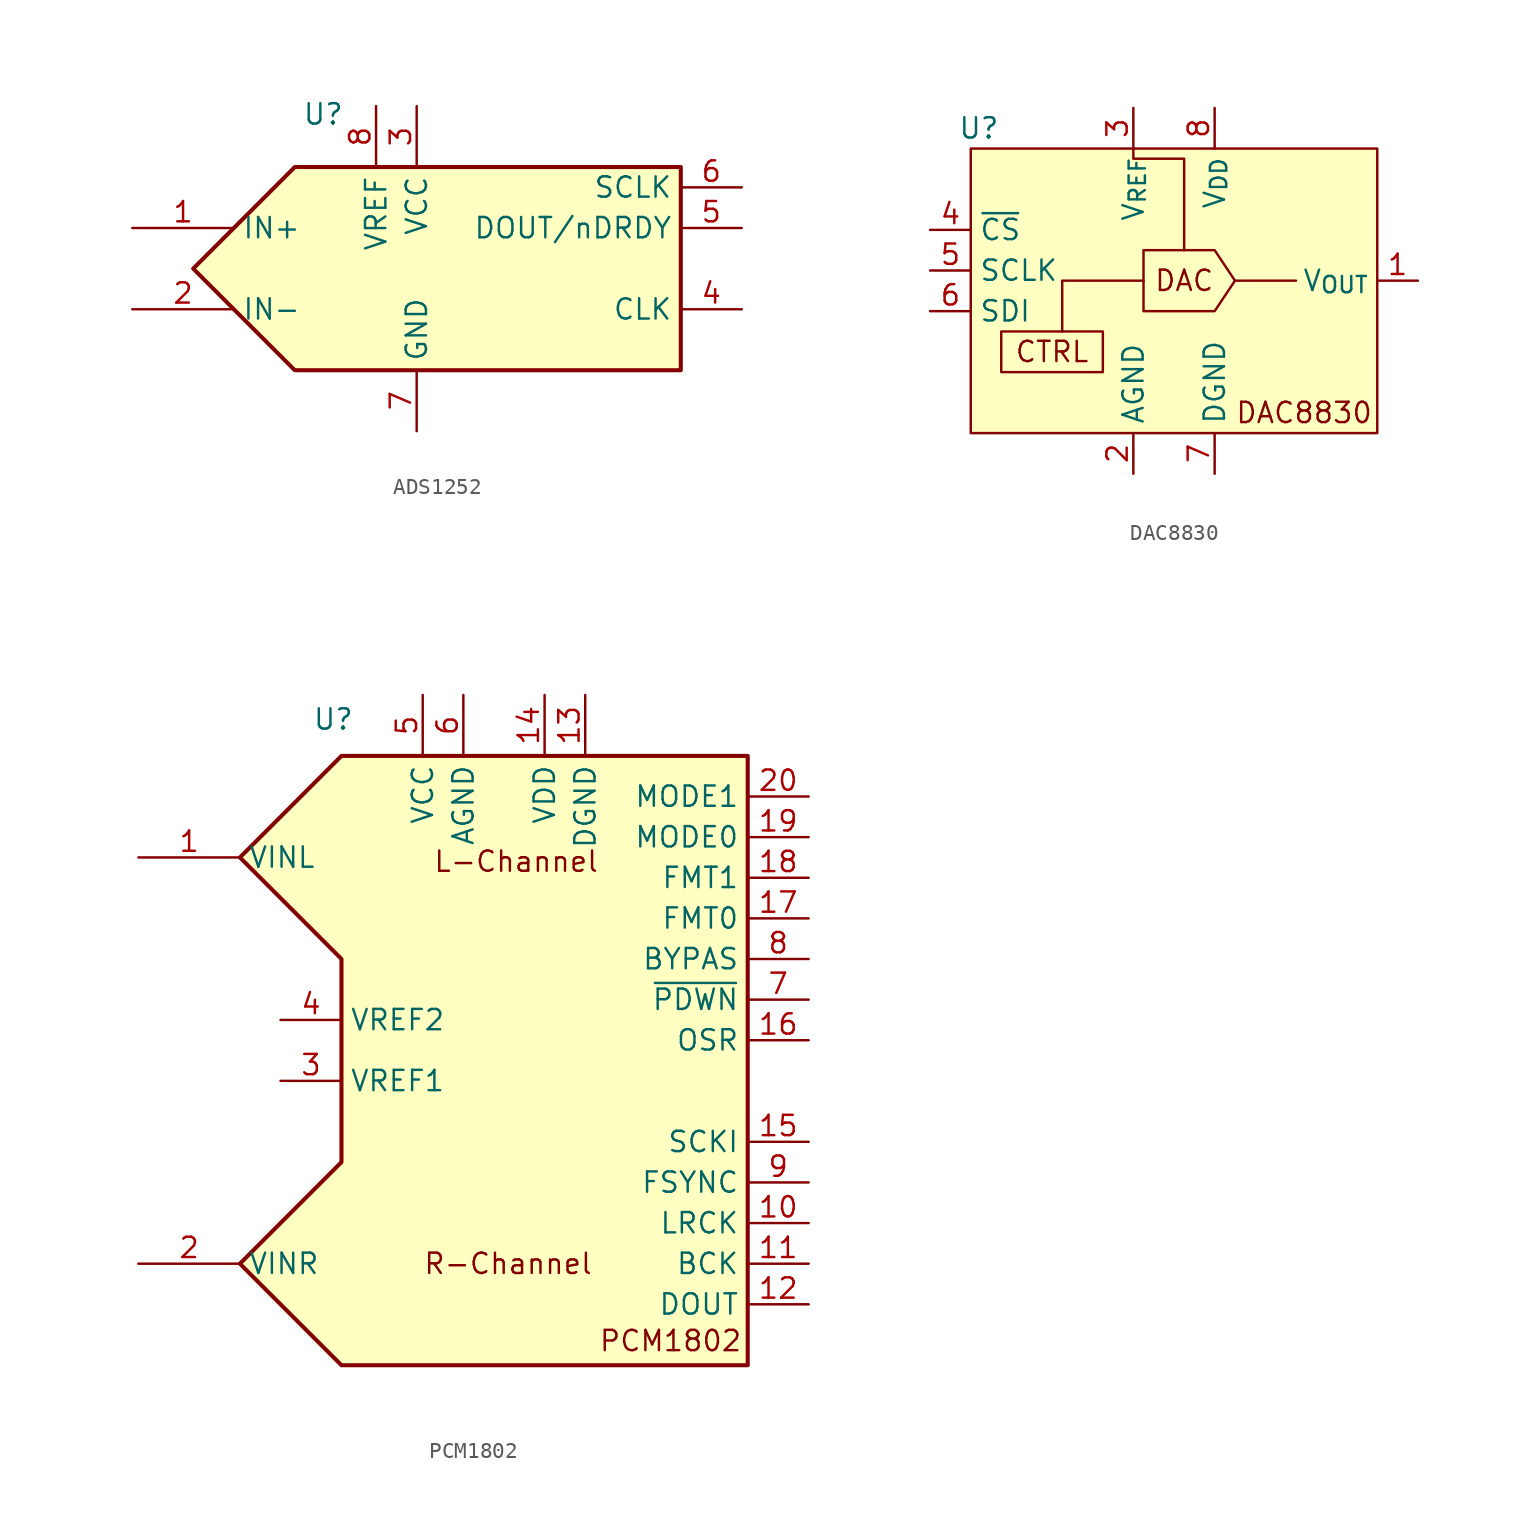
<source format=kicad_sym>
(kicad_symbol_lib
  (version 20241209)
  (generator "kicad_symbol_editor")
  (generator_version "9.0")
  (symbol "ADS1252"
    (property "Reference" "U"
      (at -5.842 9.652 0)
      (effects (font (size 1.27 1.27))))
    (property "Value" ""
      (at 0 0 0)
      (effects (font (size 1.27 1.27))))
    (symbol "ADS1252_0_1"
      (polyline (pts (xy 16.51 6.35) (xy -7.62 6.35) (xy -13.97 0) (xy -7.62 -6.35) (xy 13.97 -6.35) (xy 16.51 -6.35) (xy 16.51 6.35)) (stroke (width 0.254) (type default)) (fill (type background))))
    (symbol "ADS1252_1_1"
      (pin input line (at -17.78 2.54 0) (length 6.35) (name "IN+" (effects (font (size 1.27 1.27)))) (number "1" (effects (font (size 1.27 1.27)))))
      (pin input line (at -17.78 -2.54 0) (length 6.35) (name "IN-" (effects (font (size 1.27 1.27)))) (number "2" (effects (font (size 1.27 1.27)))))
      (pin input line (at -2.54 10.16 270) (length 3.81) (name "VREF" (effects (font (size 1.27 1.27)))) (number "8" (effects (font (size 1.27 1.27)))))
      (pin power_in line (at 0 10.16 270) (length 3.81) (name "VCC" (effects (font (size 1.27 1.27)))) (number "3" (effects (font (size 1.27 1.27)))))
      (pin power_in line (at 0 -10.16 90) (length 3.81) (name "GND" (effects (font (size 1.27 1.27)))) (number "7" (effects (font (size 1.27 1.27)))))
      (pin input line (at 20.32 5.08 180) (length 3.81) (name "SCLK" (effects (font (size 1.27 1.27)))) (number "6" (effects (font (size 1.27 1.27)))))
      (pin output line (at 20.32 2.54 180) (length 3.81) (name "DOUT/nDRDY" (effects (font (size 1.27 1.27)))) (number "5" (effects (font (size 1.27 1.27)))))
      (pin input line (at 20.32 -2.54 180) (length 3.81) (name "CLK" (effects (font (size 1.27 1.27)))) (number "4" (effects (font (size 1.27 1.27)))))))
  (symbol "DAC8830"
    (property "Reference" "U"
      (at 0.508 1.27 0)
      (effects (font (size 1.27 1.27))))
    (property "Value" ""
      (at 0 0 0)
      (effects (font (size 1.27 1.27))))
    (symbol "DAC8830_0_0"
      (text "DAC" (at 13.335 -8.255 0) (effects (font (size 1.27 1.27)))))
    (symbol "DAC8830_0_1"
      (polyline (pts (xy 16.51 -8.255) (xy 20.32 -8.255)) (stroke (width 0) (type default)) (fill (type none)))
      (polyline (pts (xy 16.51 -8.255) (xy 15.24 -6.35) (xy 10.795 -6.35) (xy 10.795 -10.16) (xy 15.24 -10.16) (xy 16.51 -8.255)) (stroke (width 0) (type default)) (fill (type none))))
    (symbol "DAC8830_1_1"
      (rectangle (start 0 0) (end 25.4 -17.78) (stroke (width 0) (type default)) (fill (type background)))
      (rectangle (start 1.905 -11.43) (end 8.255 -13.97) (stroke (width 0) (type default)) (fill (type none)))
      (polyline (pts (xy 5.715 -11.43) (xy 5.715 -8.255) (xy 10.795 -8.255)) (stroke (width 0) (type default)) (fill (type none)))
      (polyline (pts (xy 10.16 0) (xy 10.16 -0.635) (xy 13.335 -0.635) (xy 13.335 -6.35)) (stroke (width 0) (type default)) (fill (type none)))
      (text "CTRL" (at 5.08 -12.7 0) (effects (font (size 1.27 1.27))))
      (text "DAC8830" (at 20.828 -16.51 0) (effects (font (size 1.27 1.27))))
      (pin input line (at -2.54 -5.08 0) (length 2.54) (name "~{CS}" (effects (font (size 1.27 1.27)))) (number "4" (effects (font (size 1.27 1.27)))))
      (pin input line (at -2.54 -7.62 0) (length 2.54) (name "SCLK" (effects (font (size 1.27 1.27)))) (number "5" (effects (font (size 1.27 1.27)))))
      (pin input line (at -2.54 -10.16 0) (length 2.54) (name "SDI" (effects (font (size 1.27 1.27)))) (number "6" (effects (font (size 1.27 1.27)))))
      (pin input line (at 10.16 2.54 270) (length 2.54) (name "V_{REF}" (effects (font (size 1.27 1.27)))) (number "3" (effects (font (size 1.27 1.27)))))
      (pin power_in line (at 10.16 -20.32 90) (length 2.54) (name "AGND" (effects (font (size 1.27 1.27)))) (number "2" (effects (font (size 1.27 1.27)))))
      (pin power_in line (at 15.24 2.54 270) (length 2.54) (name "V_{DD}" (effects (font (size 1.27 1.27)))) (number "8" (effects (font (size 1.27 1.27)))))
      (pin power_in line (at 15.24 -20.32 90) (length 2.54) (name "DGND" (effects (font (size 1.27 1.27)))) (number "7" (effects (font (size 1.27 1.27)))))
      (pin output line (at 27.94 -8.255 180) (length 2.54) (name "V_{OUT}" (effects (font (size 1.27 1.27)))) (number "1" (effects (font (size 1.27 1.27)))))))
  (symbol "PCM1802"
    (property "Reference" "U"
      (at -8.128 8.636 0)
      (effects (font (size 1.27 1.27))))
    (property "Value" ""
      (at 0 0 0)
      (effects (font (size 1.27 1.27))))
    (symbol "PCM1802_1_1"
      (polyline (pts (xy 17.78 6.35) (xy -7.62 6.35) (xy -13.97 0) (xy -7.62 -6.35) (xy -7.62 -19.05) (xy -13.97 -25.4) (xy -7.62 -31.75) (xy 17.78 -31.75) (xy 17.78 6.35)) (stroke (width 0.254) (type solid)) (fill (type background)))
      (text "R-Channel" (at 2.794 -25.4 0) (effects (font (size 1.27 1.27))))
      (text "L-Channel" (at 3.302 -0.254 0) (effects (font (size 1.27 1.27))))
      (text "PCM1802" (at 12.954 -30.226 0) (effects (font (size 1.27 1.27))))
      (pin input line (at -20.32 0 0) (length 6.35) (name "VINL" (effects (font (size 1.27 1.27)))) (number "1" (effects (font (size 1.27 1.27)))))
      (pin input line (at -20.32 -25.4 0) (length 6.35) (name "VINR" (effects (font (size 1.27 1.27)))) (number "2" (effects (font (size 1.27 1.27)))))
      (pin input line (at -11.43 -10.16 0) (length 3.81) (name "VREF2" (effects (font (size 1.27 1.27)))) (number "4" (effects (font (size 1.27 1.27)))))
      (pin input line (at -11.43 -13.97 0) (length 3.81) (name "VREF1" (effects (font (size 1.27 1.27)))) (number "3" (effects (font (size 1.27 1.27)))))
      (pin power_in line (at -2.54 10.16 270) (length 3.81) (name "VCC" (effects (font (size 1.27 1.27)))) (number "5" (effects (font (size 1.27 1.27)))))
      (pin power_in line (at 0 10.16 270) (length 3.81) (name "AGND" (effects (font (size 1.27 1.27)))) (number "6" (effects (font (size 1.27 1.27)))))
      (pin power_in line (at 5.08 10.16 270) (length 3.81) (name "VDD" (effects (font (size 1.27 1.27)))) (number "14" (effects (font (size 1.27 1.27)))))
      (pin power_in line (at 7.62 10.16 270) (length 3.81) (name "DGND" (effects (font (size 1.27 1.27)))) (number "13" (effects (font (size 1.27 1.27)))))
      (pin input line (at 21.59 3.81 180) (length 3.81) (name "MODE1" (effects (font (size 1.27 1.27)))) (number "20" (effects (font (size 1.27 1.27)))))
      (pin input line (at 21.59 1.27 180) (length 3.81) (name "MODE0" (effects (font (size 1.27 1.27)))) (number "19" (effects (font (size 1.27 1.27)))))
      (pin input line (at 21.59 -1.27 180) (length 3.81) (name "FMT1" (effects (font (size 1.27 1.27)))) (number "18" (effects (font (size 1.27 1.27)))))
      (pin input line (at 21.59 -3.81 180) (length 3.81) (name "FMT0" (effects (font (size 1.27 1.27)))) (number "17" (effects (font (size 1.27 1.27)))))
      (pin input line (at 21.59 -6.35 180) (length 3.81) (name "BYPAS" (effects (font (size 1.27 1.27)))) (number "8" (effects (font (size 1.27 1.27)))))
      (pin input line (at 21.59 -8.89 180) (length 3.81) (name "~{PDWN}" (effects (font (size 1.27 1.27)))) (number "7" (effects (font (size 1.27 1.27)))))
      (pin input line (at 21.59 -11.43 180) (length 3.81) (name "OSR" (effects (font (size 1.27 1.27)))) (number "16" (effects (font (size 1.27 1.27)))))
      (pin input line (at 21.59 -17.78 180) (length 3.81) (name "SCKI" (effects (font (size 1.27 1.27)))) (number "15" (effects (font (size 1.27 1.27)))))
      (pin bidirectional line (at 21.59 -20.32 180) (length 3.81) (name "FSYNC" (effects (font (size 1.27 1.27)))) (number "9" (effects (font (size 1.27 1.27)))))
      (pin bidirectional line (at 21.59 -22.86 180) (length 3.81) (name "LRCK" (effects (font (size 1.27 1.27)))) (number "10" (effects (font (size 1.27 1.27)))))
      (pin bidirectional line (at 21.59 -25.4 180) (length 3.81) (name "BCK" (effects (font (size 1.27 1.27)))) (number "11" (effects (font (size 1.27 1.27)))))
      (pin output line (at 21.59 -27.94 180) (length 3.81) (name "DOUT" (effects (font (size 1.27 1.27)))) (number "12" (effects (font (size 1.27 1.27))))))))
</source>
